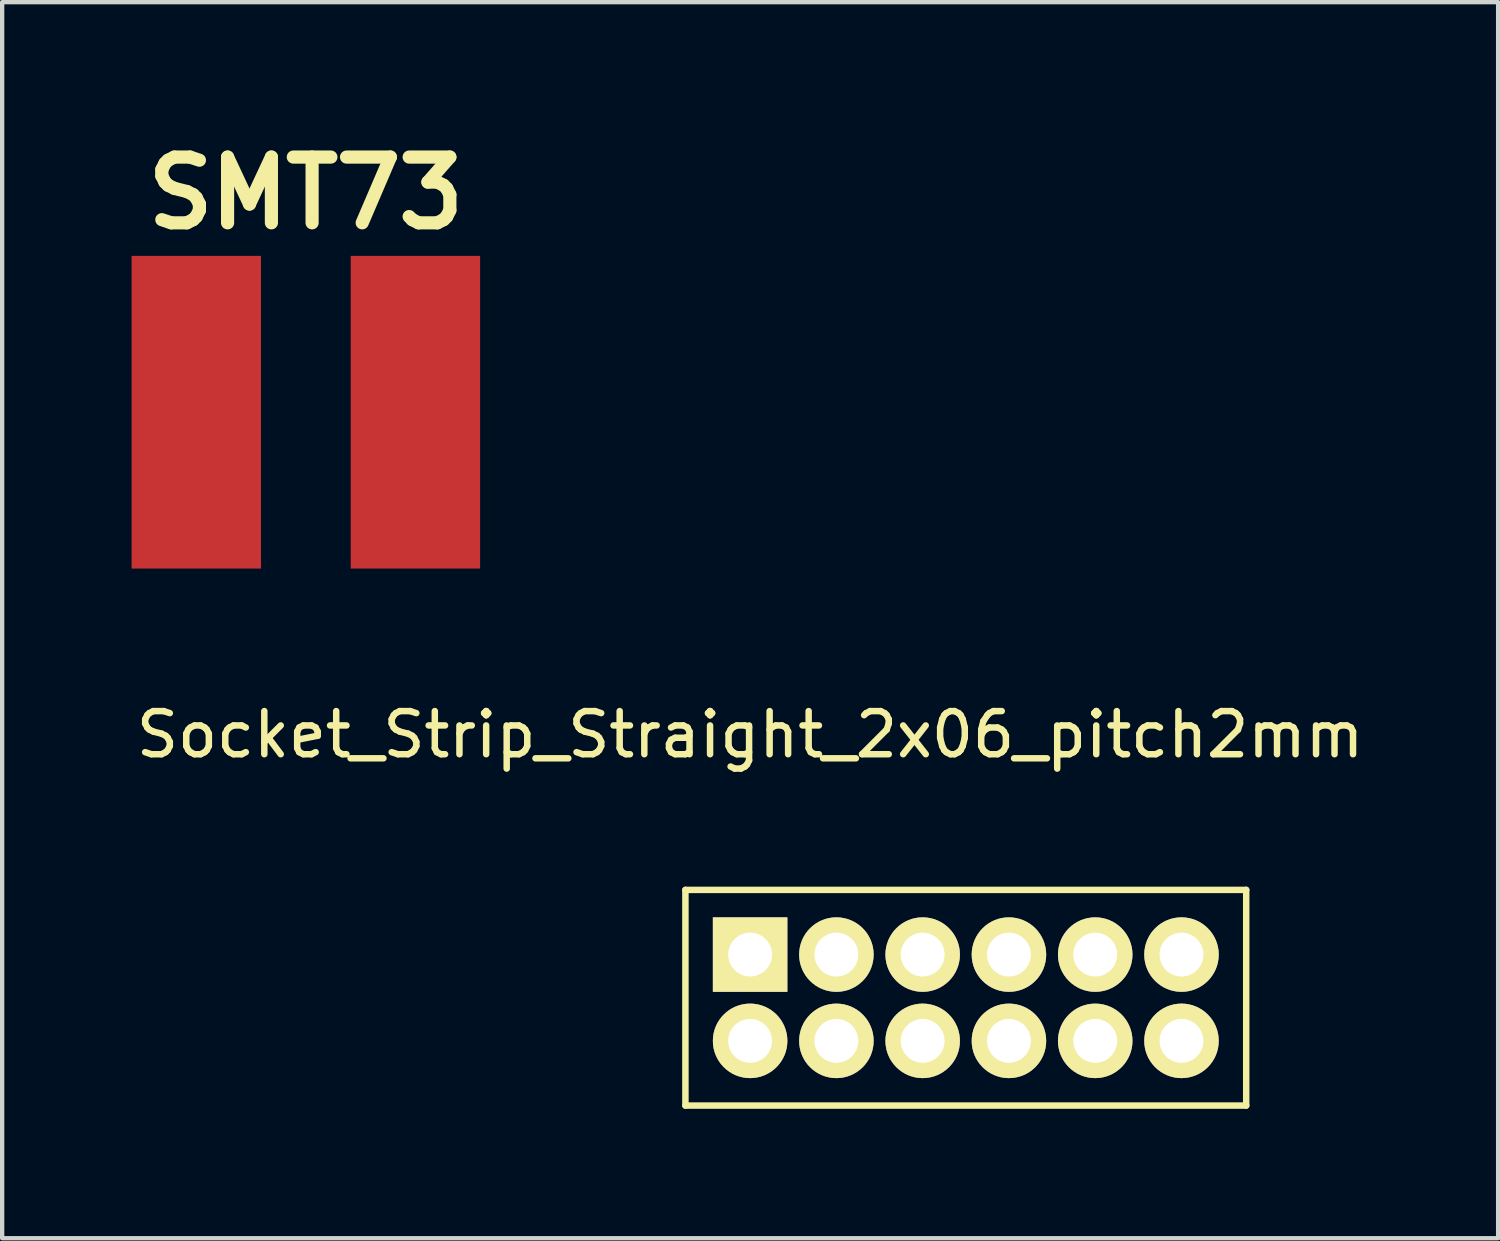
<source format=kicad_pcb>
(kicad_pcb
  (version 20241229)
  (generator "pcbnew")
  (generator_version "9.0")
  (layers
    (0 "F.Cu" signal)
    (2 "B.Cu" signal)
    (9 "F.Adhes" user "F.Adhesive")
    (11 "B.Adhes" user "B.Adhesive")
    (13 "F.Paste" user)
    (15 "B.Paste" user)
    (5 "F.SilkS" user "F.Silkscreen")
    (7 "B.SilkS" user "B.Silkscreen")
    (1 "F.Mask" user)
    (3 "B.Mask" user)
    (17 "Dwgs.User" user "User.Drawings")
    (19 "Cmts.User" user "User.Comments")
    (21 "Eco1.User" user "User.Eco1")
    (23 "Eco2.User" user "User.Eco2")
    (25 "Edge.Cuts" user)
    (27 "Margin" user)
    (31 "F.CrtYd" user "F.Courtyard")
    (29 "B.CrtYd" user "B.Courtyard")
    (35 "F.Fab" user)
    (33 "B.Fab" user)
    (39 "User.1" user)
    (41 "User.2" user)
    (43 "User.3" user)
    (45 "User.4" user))
  (footprint "SMT73"
    (layer "F.Cu")
    (at 4.04 6.506)
    (property "Reference" "SMT73" (at 0 -5.08 0) (layer "F.SilkS") (effects (font (size 1.524 1.524) (thickness 0.305))))
    (attr through_hole)
    (pad "1" smd rect (at -2.54 0) (size 3 7.249) (layers "F.Cu" "F.Mask" "F.Paste"))
    (pad "2" smd rect (at 2.54 0) (size 3 7.249) (layers "F.Cu" "F.Mask" "F.Paste")))
  (footprint "Socket_Strip_Straight_2x06_pitch2mm"
    (layer "F.Cu")
    (at 14.339 19.079)
    (property "Reference" "Socket_Strip_Straight_2x06_pitch2mm" (at 0 -5.1 0) (layer "F.SilkS") (effects (font (size 1 1) (thickness 0.15))))
    (attr through_hole)
    (fp_line (start -1.5 -1.5) (end 11.5 -1.5) (stroke (width 0.15) (type solid)) (layer "F.SilkS"))
    (fp_line (start -1.5 3.5) (end -1.5 -1.5) (stroke (width 0.15) (type solid)) (layer "F.SilkS"))
    (fp_line (start 11.5 -1.5) (end 11.5 3.5) (stroke (width 0.15) (type solid)) (layer "F.SilkS"))
    (fp_line (start 11.5 3.5) (end -1.5 3.5) (stroke (width 0.15) (type solid)) (layer "F.SilkS"))
    (pad "1" thru_hole rect (at 0 0) (size 1.727 1.727) (drill 1.016) (layers "*.Cu" "*.Mask" "F.SilkS"))
    (pad "2" thru_hole oval (at 0 2) (size 1.727 1.727) (drill 1.016) (layers "*.Cu" "*.Mask" "F.SilkS"))
    (pad "3" thru_hole oval (at 2 0) (size 1.727 1.727) (drill 1.016) (layers "*.Cu" "*.Mask" "F.SilkS"))
    (pad "4" thru_hole oval (at 2 2) (size 1.727 1.727) (drill 1.016) (layers "*.Cu" "*.Mask" "F.SilkS"))
    (pad "5" thru_hole oval (at 4 0) (size 1.727 1.727) (drill 1.016) (layers "*.Cu" "*.Mask" "F.SilkS"))
    (pad "6" thru_hole oval (at 4 2) (size 1.727 1.727) (drill 1.016) (layers "*.Cu" "*.Mask" "F.SilkS"))
    (pad "7" thru_hole oval (at 6 0) (size 1.727 1.727) (drill 1.016) (layers "*.Cu" "*.Mask" "F.SilkS"))
    (pad "8" thru_hole oval (at 6 2) (size 1.727 1.727) (drill 1.016) (layers "*.Cu" "*.Mask" "F.SilkS"))
    (pad "9" thru_hole oval (at 8 0) (size 1.727 1.727) (drill 1.016) (layers "*.Cu" "*.Mask" "F.SilkS"))
    (pad "10" thru_hole oval (at 8 2) (size 1.727 1.727) (drill 1.016) (layers "*.Cu" "*.Mask" "F.SilkS"))
    (pad "11" thru_hole oval (at 10 0) (size 1.727 1.727) (drill 1.016) (layers "*.Cu" "*.Mask" "F.SilkS"))
    (pad "12" thru_hole oval (at 10 2) (size 1.727 1.727) (drill 1.016) (layers "*.Cu" "*.Mask" "F.SilkS")))
  (gr_rect
    (start -3 -3)
    (end 31.679 25.654)
    (stroke (width 0.1) (type default))
    (fill no)
    (layer "Edge.Cuts")))
</source>
